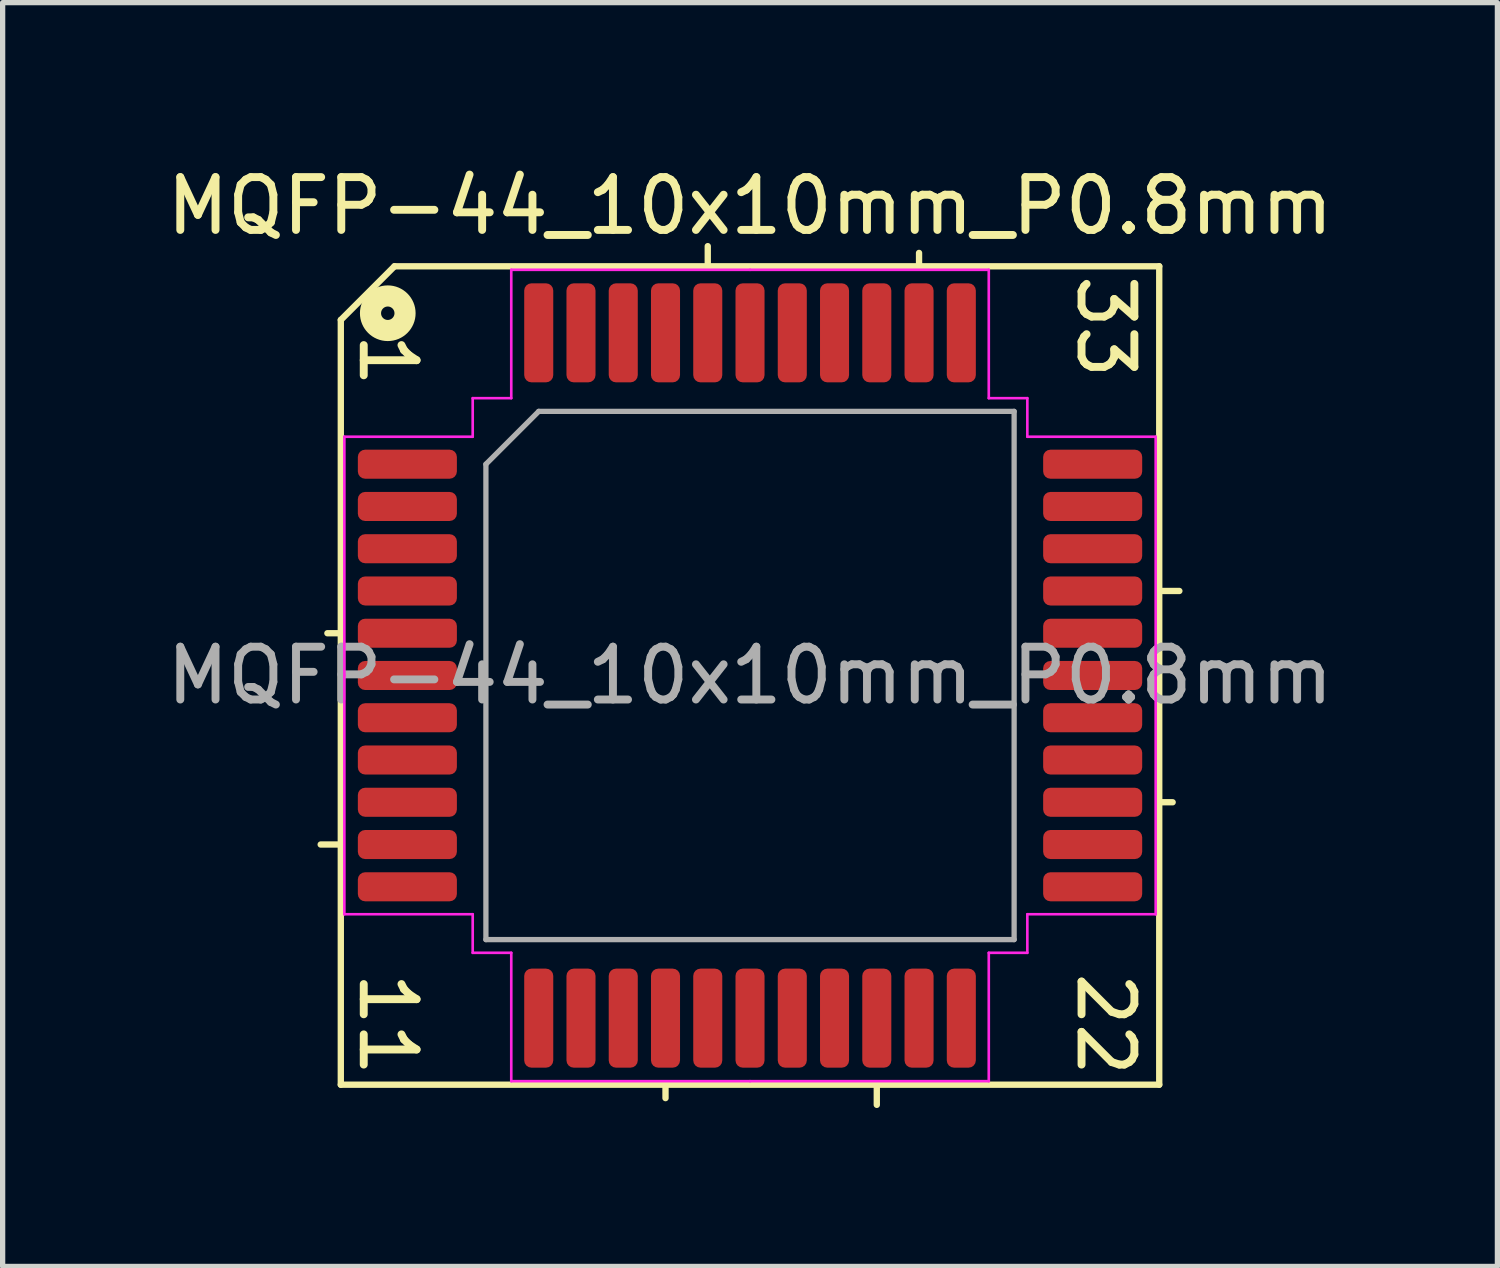
<source format=kicad_pcb>
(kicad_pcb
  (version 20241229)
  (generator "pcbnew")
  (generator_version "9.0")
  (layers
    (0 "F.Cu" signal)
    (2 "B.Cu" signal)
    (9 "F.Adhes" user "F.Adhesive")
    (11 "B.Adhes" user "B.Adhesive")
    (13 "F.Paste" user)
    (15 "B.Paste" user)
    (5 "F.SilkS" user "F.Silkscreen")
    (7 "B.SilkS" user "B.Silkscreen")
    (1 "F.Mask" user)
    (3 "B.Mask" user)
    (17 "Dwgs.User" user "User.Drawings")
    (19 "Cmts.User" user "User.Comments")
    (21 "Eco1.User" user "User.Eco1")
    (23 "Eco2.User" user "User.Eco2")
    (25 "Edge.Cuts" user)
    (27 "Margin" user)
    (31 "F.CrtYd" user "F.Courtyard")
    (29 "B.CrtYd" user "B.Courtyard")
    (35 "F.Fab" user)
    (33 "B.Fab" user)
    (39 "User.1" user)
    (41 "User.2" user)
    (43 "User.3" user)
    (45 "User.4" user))
  (footprint "MQFP-44_10x10mm_P0.8mm"
    (layer "F.Cu")
    (at 11.149 9.738)
    (property "Reference" "MQFP-44_10x10mm_P0.8mm" (at 0 -8.89 0) (layer "F.SilkS") (effects (font (size 1 1) (thickness 0.15))))
    (attr smd)
    (fp_line (start -7.747 -6.731) (end -7.747 7.747) (stroke (width 0.12) (type solid)) (layer "F.SilkS"))
    (fp_line (start -7.747 -0.8) (end -8.001 -0.8) (stroke (width 0.12) (type solid)) (layer "F.SilkS"))
    (fp_line (start -7.747 3.2) (end -8.128 3.2) (stroke (width 0.12) (type solid)) (layer "F.SilkS"))
    (fp_line (start -7.747 7.747) (end 7.747 7.747) (stroke (width 0.12) (type solid)) (layer "F.SilkS"))
    (fp_line (start -6.731 -7.747) (end -7.747 -6.731) (stroke (width 0.12) (type solid)) (layer "F.SilkS"))
    (fp_line (start -1.6 7.747) (end -1.6 8.001) (stroke (width 0.12) (type solid)) (layer "F.SilkS"))
    (fp_line (start -0.8 -7.747) (end -0.8 -8.128) (stroke (width 0.12) (type solid)) (layer "F.SilkS"))
    (fp_line (start 2.4 7.747) (end 2.4 8.128) (stroke (width 0.12) (type solid)) (layer "F.SilkS"))
    (fp_line (start 3.2 -7.747) (end 3.2 -8) (stroke (width 0.12) (type solid)) (layer "F.SilkS"))
    (fp_line (start 7.747 -7.747) (end -6.731 -7.747) (stroke (width 0.12) (type solid)) (layer "F.SilkS"))
    (fp_line (start 7.747 -1.6) (end 8.128 -1.6) (stroke (width 0.12) (type solid)) (layer "F.SilkS"))
    (fp_line (start 7.747 2.4) (end 8.001 2.4) (stroke (width 0.12) (type solid)) (layer "F.SilkS"))
    (fp_line (start 7.747 7.747) (end 7.747 -7.747) (stroke (width 0.12) (type solid)) (layer "F.SilkS"))
    (fp_circle (center -6.858 -6.858) (end -6.731 -6.858) (stroke (width 0.4) (type solid)) (fill no) (layer "F.SilkS"))
    (fp_line (start -7.68 -4.52) (end -7.68 0) (stroke (width 0.05) (type solid)) (layer "F.CrtYd"))
    (fp_line (start -7.68 4.52) (end -7.68 0) (stroke (width 0.05) (type solid)) (layer "F.CrtYd"))
    (fp_line (start -5.25 -5.25) (end -5.25 -4.52) (stroke (width 0.05) (type solid)) (layer "F.CrtYd"))
    (fp_line (start -5.25 -4.52) (end -7.68 -4.52) (stroke (width 0.05) (type solid)) (layer "F.CrtYd"))
    (fp_line (start -5.25 4.52) (end -7.68 4.52) (stroke (width 0.05) (type solid)) (layer "F.CrtYd"))
    (fp_line (start -5.25 5.25) (end -5.25 4.52) (stroke (width 0.05) (type solid)) (layer "F.CrtYd"))
    (fp_line (start -4.52 -7.68) (end -4.52 -5.25) (stroke (width 0.05) (type solid)) (layer "F.CrtYd"))
    (fp_line (start -4.52 -5.25) (end -5.25 -5.25) (stroke (width 0.05) (type solid)) (layer "F.CrtYd"))
    (fp_line (start -4.52 5.25) (end -5.25 5.25) (stroke (width 0.05) (type solid)) (layer "F.CrtYd"))
    (fp_line (start -4.52 7.68) (end -4.52 5.25) (stroke (width 0.05) (type solid)) (layer "F.CrtYd"))
    (fp_line (start 0 -7.68) (end -4.52 -7.68) (stroke (width 0.05) (type solid)) (layer "F.CrtYd"))
    (fp_line (start 0 -7.68) (end 4.52 -7.68) (stroke (width 0.05) (type solid)) (layer "F.CrtYd"))
    (fp_line (start 0 7.68) (end -4.52 7.68) (stroke (width 0.05) (type solid)) (layer "F.CrtYd"))
    (fp_line (start 0 7.68) (end 4.52 7.68) (stroke (width 0.05) (type solid)) (layer "F.CrtYd"))
    (fp_line (start 4.52 -7.68) (end 4.52 -5.25) (stroke (width 0.05) (type solid)) (layer "F.CrtYd"))
    (fp_line (start 4.52 -5.25) (end 5.25 -5.25) (stroke (width 0.05) (type solid)) (layer "F.CrtYd"))
    (fp_line (start 4.52 5.25) (end 5.25 5.25) (stroke (width 0.05) (type solid)) (layer "F.CrtYd"))
    (fp_line (start 4.52 7.68) (end 4.52 5.25) (stroke (width 0.05) (type solid)) (layer "F.CrtYd"))
    (fp_line (start 5.25 -5.25) (end 5.25 -4.52) (stroke (width 0.05) (type solid)) (layer "F.CrtYd"))
    (fp_line (start 5.25 -4.52) (end 7.68 -4.52) (stroke (width 0.05) (type solid)) (layer "F.CrtYd"))
    (fp_line (start 5.25 4.52) (end 7.68 4.52) (stroke (width 0.05) (type solid)) (layer "F.CrtYd"))
    (fp_line (start 5.25 5.25) (end 5.25 4.52) (stroke (width 0.05) (type solid)) (layer "F.CrtYd"))
    (fp_line (start 7.68 -4.52) (end 7.68 0) (stroke (width 0.05) (type solid)) (layer "F.CrtYd"))
    (fp_line (start 7.68 4.52) (end 7.68 0) (stroke (width 0.05) (type solid)) (layer "F.CrtYd"))
    (fp_line (start -5 -4) (end -4 -5) (stroke (width 0.1) (type solid)) (layer "F.Fab"))
    (fp_line (start -5 5) (end -5 -4) (stroke (width 0.1) (type solid)) (layer "F.Fab"))
    (fp_line (start -4 -5) (end 5 -5) (stroke (width 0.1) (type solid)) (layer "F.Fab"))
    (fp_line (start 5 -5) (end 5 5) (stroke (width 0.1) (type solid)) (layer "F.Fab"))
    (fp_line (start 5 5) (end -5 5) (stroke (width 0.1) (type solid)) (layer "F.Fab"))
    (fp_text user "22" (at 6.731 6.604 270) (unlocked yes) (layer "F.SilkS") (effects (font (size 1 1) (thickness 0.15))))
    (fp_text user "33" (at 6.731 -6.604 270) (unlocked yes) (layer "F.SilkS") (effects (font (size 1 1) (thickness 0.15))))
    (fp_text user "1" (at -6.858 -5.969 270) (unlocked yes) (layer "F.SilkS") (effects (font (size 1 1) (thickness 0.15))))
    (fp_text user "11" (at -6.858 6.604 270) (unlocked yes) (layer "F.SilkS") (effects (font (size 1 1) (thickness 0.15))))
    (fp_text user "${REFERENCE}" (at 0 0 0) (layer "F.Fab") (effects (font (size 1 1) (thickness 0.15))))
    (pad "1" smd roundrect (at -6.487 -4) (size 1.875 0.55) (layers "F.Cu" "F.Mask" "F.Paste") (roundrect_rratio 0.25))
    (pad "2" smd roundrect (at -6.487 -3.2) (size 1.875 0.55) (layers "F.Cu" "F.Mask" "F.Paste") (roundrect_rratio 0.25))
    (pad "3" smd roundrect (at -6.487 -2.4) (size 1.875 0.55) (layers "F.Cu" "F.Mask" "F.Paste") (roundrect_rratio 0.25))
    (pad "4" smd roundrect (at -6.487 -1.6) (size 1.875 0.55) (layers "F.Cu" "F.Mask" "F.Paste") (roundrect_rratio 0.25))
    (pad "5" smd roundrect (at -6.487 -0.8) (size 1.875 0.55) (layers "F.Cu" "F.Mask" "F.Paste") (roundrect_rratio 0.25))
    (pad "6" smd roundrect (at -6.487 0) (size 1.875 0.55) (layers "F.Cu" "F.Mask" "F.Paste") (roundrect_rratio 0.25))
    (pad "7" smd roundrect (at -6.487 0.8) (size 1.875 0.55) (layers "F.Cu" "F.Mask" "F.Paste") (roundrect_rratio 0.25))
    (pad "8" smd roundrect (at -6.487 1.6) (size 1.875 0.55) (layers "F.Cu" "F.Mask" "F.Paste") (roundrect_rratio 0.25))
    (pad "9" smd roundrect (at -6.487 2.4) (size 1.875 0.55) (layers "F.Cu" "F.Mask" "F.Paste") (roundrect_rratio 0.25))
    (pad "10" smd roundrect (at -6.487 3.2) (size 1.875 0.55) (layers "F.Cu" "F.Mask" "F.Paste") (roundrect_rratio 0.25))
    (pad "11" smd roundrect (at -6.487 4) (size 1.875 0.55) (layers "F.Cu" "F.Mask" "F.Paste") (roundrect_rratio 0.25))
    (pad "12" smd roundrect (at -4 6.487) (size 0.55 1.875) (layers "F.Cu" "F.Mask" "F.Paste") (roundrect_rratio 0.25))
    (pad "13" smd roundrect (at -3.2 6.487) (size 0.55 1.875) (layers "F.Cu" "F.Mask" "F.Paste") (roundrect_rratio 0.25))
    (pad "14" smd roundrect (at -2.4 6.487) (size 0.55 1.875) (layers "F.Cu" "F.Mask" "F.Paste") (roundrect_rratio 0.25))
    (pad "15" smd roundrect (at -1.6 6.487) (size 0.55 1.875) (layers "F.Cu" "F.Mask" "F.Paste") (roundrect_rratio 0.25))
    (pad "16" smd roundrect (at -0.8 6.487) (size 0.55 1.875) (layers "F.Cu" "F.Mask" "F.Paste") (roundrect_rratio 0.25))
    (pad "17" smd roundrect (at 0 6.487) (size 0.55 1.875) (layers "F.Cu" "F.Mask" "F.Paste") (roundrect_rratio 0.25))
    (pad "18" smd roundrect (at 0.8 6.487) (size 0.55 1.875) (layers "F.Cu" "F.Mask" "F.Paste") (roundrect_rratio 0.25))
    (pad "19" smd roundrect (at 1.6 6.487) (size 0.55 1.875) (layers "F.Cu" "F.Mask" "F.Paste") (roundrect_rratio 0.25))
    (pad "20" smd roundrect (at 2.4 6.487) (size 0.55 1.875) (layers "F.Cu" "F.Mask" "F.Paste") (roundrect_rratio 0.25))
    (pad "21" smd roundrect (at 3.2 6.487) (size 0.55 1.875) (layers "F.Cu" "F.Mask" "F.Paste") (roundrect_rratio 0.25))
    (pad "22" smd roundrect (at 4 6.487) (size 0.55 1.875) (layers "F.Cu" "F.Mask" "F.Paste") (roundrect_rratio 0.25))
    (pad "23" smd roundrect (at 6.487 4) (size 1.875 0.55) (layers "F.Cu" "F.Mask" "F.Paste") (roundrect_rratio 0.25))
    (pad "24" smd roundrect (at 6.487 3.2) (size 1.875 0.55) (layers "F.Cu" "F.Mask" "F.Paste") (roundrect_rratio 0.25))
    (pad "25" smd roundrect (at 6.487 2.4) (size 1.875 0.55) (layers "F.Cu" "F.Mask" "F.Paste") (roundrect_rratio 0.25))
    (pad "26" smd roundrect (at 6.487 1.6) (size 1.875 0.55) (layers "F.Cu" "F.Mask" "F.Paste") (roundrect_rratio 0.25))
    (pad "27" smd roundrect (at 6.487 0.8) (size 1.875 0.55) (layers "F.Cu" "F.Mask" "F.Paste") (roundrect_rratio 0.25))
    (pad "28" smd roundrect (at 6.487 0) (size 1.875 0.55) (layers "F.Cu" "F.Mask" "F.Paste") (roundrect_rratio 0.25))
    (pad "29" smd roundrect (at 6.487 -0.8) (size 1.875 0.55) (layers "F.Cu" "F.Mask" "F.Paste") (roundrect_rratio 0.25))
    (pad "30" smd roundrect (at 6.487 -1.6) (size 1.875 0.55) (layers "F.Cu" "F.Mask" "F.Paste") (roundrect_rratio 0.25))
    (pad "31" smd roundrect (at 6.487 -2.4) (size 1.875 0.55) (layers "F.Cu" "F.Mask" "F.Paste") (roundrect_rratio 0.25))
    (pad "32" smd roundrect (at 6.487 -3.2) (size 1.875 0.55) (layers "F.Cu" "F.Mask" "F.Paste") (roundrect_rratio 0.25))
    (pad "33" smd roundrect (at 6.487 -4) (size 1.875 0.55) (layers "F.Cu" "F.Mask" "F.Paste") (roundrect_rratio 0.25))
    (pad "34" smd roundrect (at 4 -6.487) (size 0.55 1.875) (layers "F.Cu" "F.Mask" "F.Paste") (roundrect_rratio 0.25))
    (pad "35" smd roundrect (at 3.2 -6.487) (size 0.55 1.875) (layers "F.Cu" "F.Mask" "F.Paste") (roundrect_rratio 0.25))
    (pad "36" smd roundrect (at 2.4 -6.487) (size 0.55 1.875) (layers "F.Cu" "F.Mask" "F.Paste") (roundrect_rratio 0.25))
    (pad "37" smd roundrect (at 1.6 -6.487) (size 0.55 1.875) (layers "F.Cu" "F.Mask" "F.Paste") (roundrect_rratio 0.25))
    (pad "38" smd roundrect (at 0.8 -6.487) (size 0.55 1.875) (layers "F.Cu" "F.Mask" "F.Paste") (roundrect_rratio 0.25))
    (pad "39" smd roundrect (at 0 -6.487) (size 0.55 1.875) (layers "F.Cu" "F.Mask" "F.Paste") (roundrect_rratio 0.25))
    (pad "40" smd roundrect (at -0.8 -6.487) (size 0.55 1.875) (layers "F.Cu" "F.Mask" "F.Paste") (roundrect_rratio 0.25))
    (pad "41" smd roundrect (at -1.6 -6.487) (size 0.55 1.875) (layers "F.Cu" "F.Mask" "F.Paste") (roundrect_rratio 0.25))
    (pad "42" smd roundrect (at -2.4 -6.487) (size 0.55 1.875) (layers "F.Cu" "F.Mask" "F.Paste") (roundrect_rratio 0.25))
    (pad "43" smd roundrect (at -3.2 -6.487) (size 0.55 1.875) (layers "F.Cu" "F.Mask" "F.Paste") (roundrect_rratio 0.25))
    (pad "44" smd roundrect (at -4 -6.487) (size 0.55 1.875) (layers "F.Cu" "F.Mask" "F.Paste") (roundrect_rratio 0.25)))
  (gr_rect
    (start -3 -3)
    (end 25.298 20.926)
    (stroke (width 0.1) (type default))
    (fill no)
    (layer "Edge.Cuts")))
</source>
